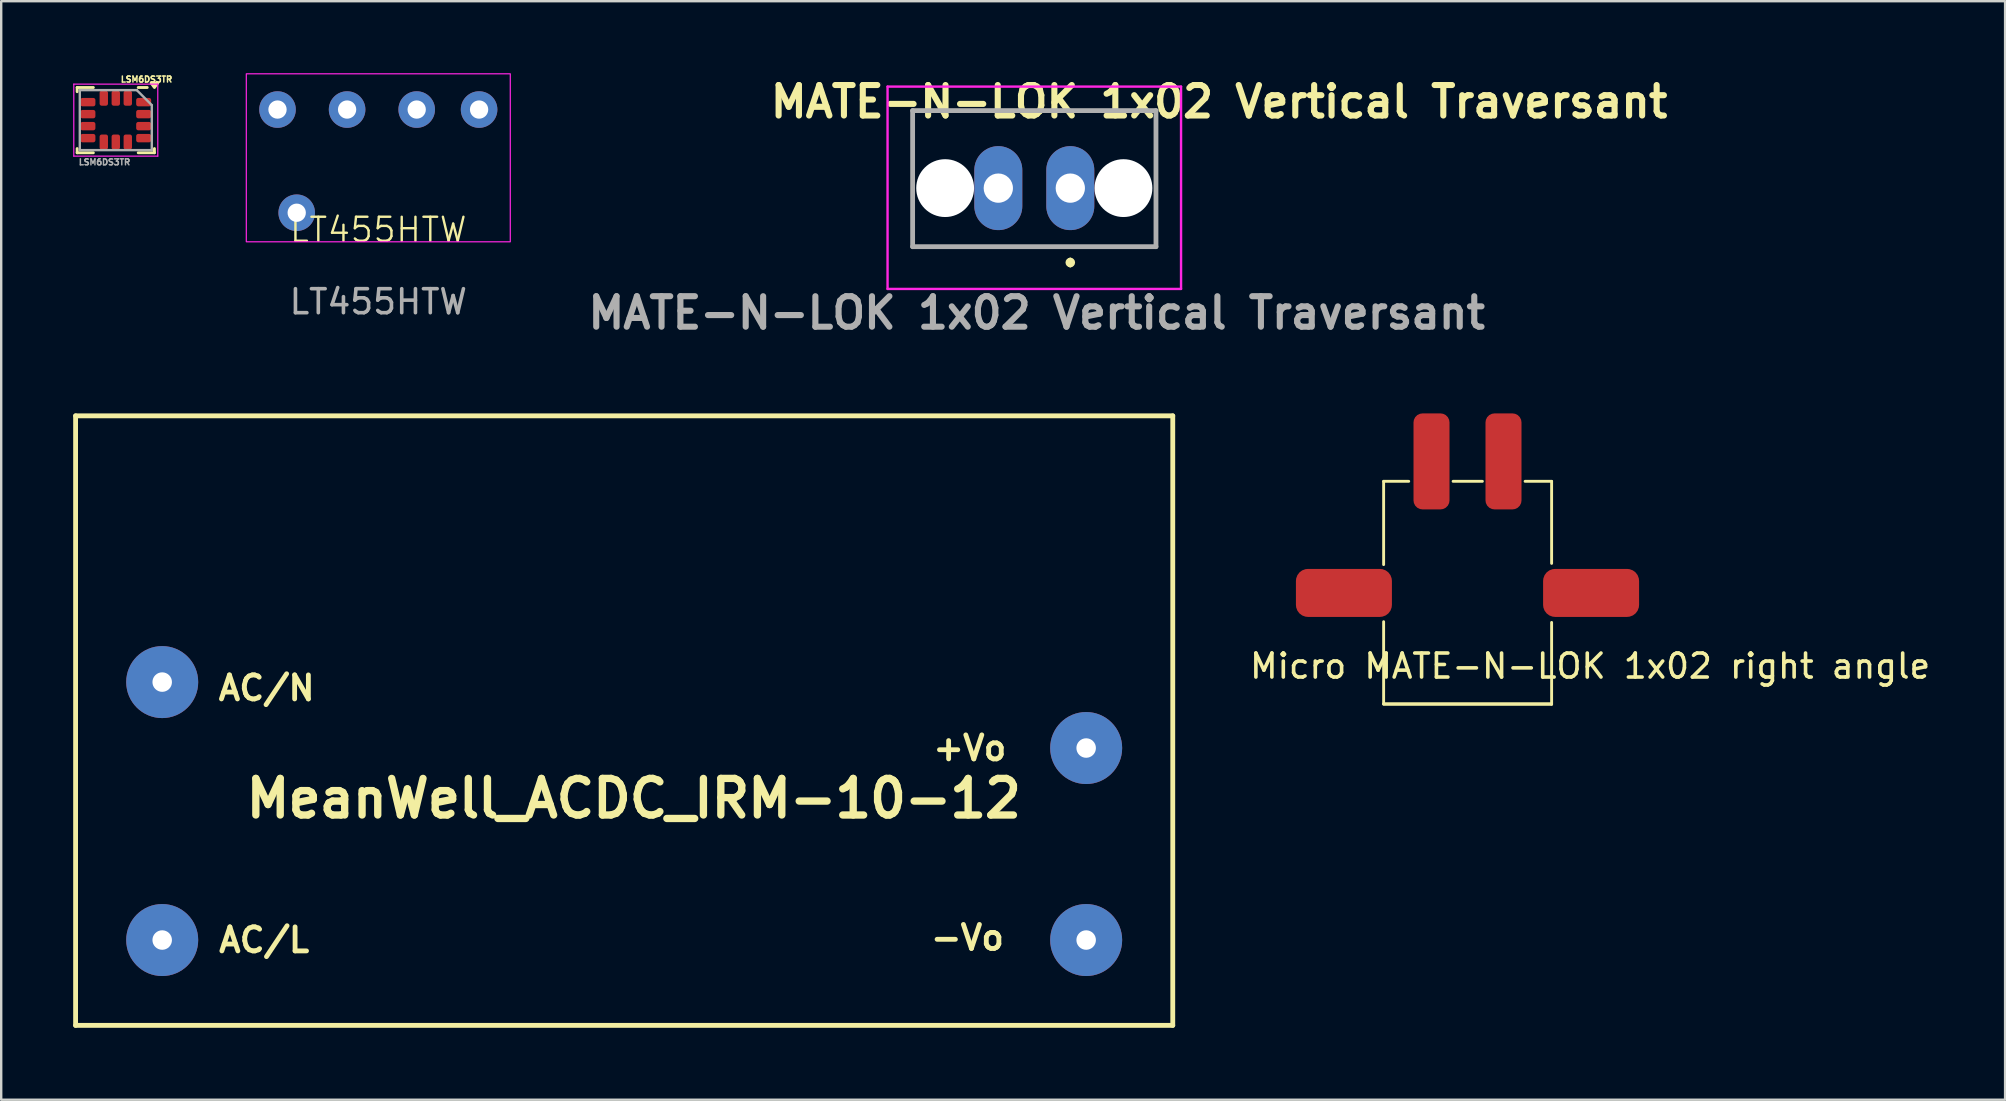
<source format=kicad_pcb>
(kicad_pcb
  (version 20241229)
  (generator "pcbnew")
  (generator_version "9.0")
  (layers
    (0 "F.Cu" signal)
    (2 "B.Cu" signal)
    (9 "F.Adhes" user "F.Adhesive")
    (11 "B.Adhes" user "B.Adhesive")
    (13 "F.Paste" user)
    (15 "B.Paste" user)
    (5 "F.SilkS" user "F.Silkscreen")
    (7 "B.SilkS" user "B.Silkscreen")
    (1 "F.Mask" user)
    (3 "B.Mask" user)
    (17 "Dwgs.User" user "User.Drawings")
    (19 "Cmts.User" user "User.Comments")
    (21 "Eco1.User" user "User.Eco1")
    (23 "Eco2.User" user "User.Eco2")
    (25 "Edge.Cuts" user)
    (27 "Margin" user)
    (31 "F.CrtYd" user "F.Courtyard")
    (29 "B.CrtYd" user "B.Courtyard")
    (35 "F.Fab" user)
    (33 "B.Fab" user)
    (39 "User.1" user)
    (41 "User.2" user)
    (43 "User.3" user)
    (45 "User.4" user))
  (footprint "Micro MATE-N-LOK 1x02 right angle"
    (layer "F.Cu")
    (at 58.102 16.177)
    (property "Reference" "Micro MATE-N-LOK 1x02 right angle" (at 5.11 8.53 0) (unlocked yes) (layer "F.SilkS") (effects (font (size 1 1) (thickness 0.15))))
    (attr smd)
    (fp_line (start -3.495 0.83) (end -3.495 4.3) (stroke (width 0.12) (type solid)) (layer "F.SilkS"))
    (fp_line (start -3.495 0.83) (end -2.45 0.83) (stroke (width 0.12) (type solid)) (layer "F.SilkS"))
    (fp_line (start -3.495 10.1) (end -3.495 6.68) (stroke (width 0.12) (type solid)) (layer "F.SilkS"))
    (fp_line (start -3.495 10.1) (end 3.49 10.1) (stroke (width 0.12) (type solid)) (layer "F.SilkS"))
    (fp_line (start -3.495 10.12) (end 3.505 10.12) (stroke (width 0.12) (type solid)) (layer "F.SilkS"))
    (fp_line (start -0.6 0.83) (end 0.62 0.83) (stroke (width 0.12) (type solid)) (layer "F.SilkS"))
    (fp_line (start 3.505 0.83) (end 2.4 0.83) (stroke (width 0.12) (type solid)) (layer "F.SilkS"))
    (fp_line (start 3.505 0.83) (end 3.505 4.25) (stroke (width 0.12) (type solid)) (layer "F.SilkS"))
    (fp_line (start 3.505 10.12) (end 3.505 6.71) (stroke (width 0.12) (type solid)) (layer "F.SilkS"))
    (pad "" smd roundrect (at -5.15 5.48) (size 4 2) (layers "F.Cu" "F.Mask" "F.Paste") (roundrect_rratio 0.25))
    (pad "" smd roundrect (at 5.15 5.48) (size 4 2) (layers "F.Cu" "F.Mask" "F.Paste") (roundrect_rratio 0.25))
    (pad "1" smd roundrect (at 1.5 0) (size 1.5 4) (layers "F.Cu" "F.Mask" "F.Paste") (roundrect_rratio 0.25))
    (pad "2" smd roundrect (at -1.5 0) (size 1.5 4) (layers "F.Cu" "F.Mask" "F.Paste") (roundrect_rratio 0.25)))
  (footprint "LT455HTW"
    (layer "F.Cu")
    (at 12.714 7.025)
    (property "Reference" "LT455HTW" (at 0 -0.5 0) (unlocked yes) (layer "F.SilkS") (effects (font (size 1 1) (thickness 0.1))))
    (attr through_hole)
    (fp_rect (start -5.5 -7) (end 5.5 0) (stroke (width 0.05) (type default)) (fill no) (layer "F.CrtYd"))
    (fp_text user "${REFERENCE}" (at 0 2.5 0) (unlocked yes) (layer "F.Fab") (effects (font (size 1 1) (thickness 0.15))))
    (pad "1" thru_hole circle (at 4.2 -5.51) (size 1.524 1.524) (drill 0.762) (layers "*.Cu" "*.Mask"))
    (pad "2" thru_hole circle (at -4.2 -5.51) (size 1.524 1.524) (drill 0.762) (layers "*.Cu" "*.Mask"))
    (pad "2" thru_hole circle (at -1.3 -5.51) (size 1.524 1.524) (drill 0.762) (layers "*.Cu" "*.Mask"))
    (pad "2" thru_hole circle (at 1.6 -5.51) (size 1.524 1.524) (drill 0.762) (layers "*.Cu" "*.Mask"))
    (pad "3" thru_hole circle (at -3.4 -1.21) (size 1.524 1.524) (drill 0.762) (layers "*.Cu" "*.Mask")))
  (footprint "MATE-N-LOK 1x02 Vertical Traversant"
    (layer "F.Cu")
    (at 41.55 4.789)
    (property "Reference" "MATE-N-LOK 1x02 Vertical Traversant" (at 6.2 -3.6 0) (layer "F.SilkS") (effects (font (size 1.27 1.27) (thickness 0.254))))
    (attr through_hole)
    (fp_line (start -6.57 -3.23) (end 3.57 -3.23) (stroke (width 0.1) (type solid)) (layer "F.SilkS"))
    (fp_line (start -6.57 2.44) (end 3.57 2.44) (stroke (width 0.1) (type solid)) (layer "F.SilkS"))
    (fp_line (start 0 3) (end 0 3) (stroke (width 0.2) (type solid)) (layer "F.SilkS"))
    (fp_line (start 0 3.2) (end 0 3.2) (stroke (width 0.2) (type solid)) (layer "F.SilkS"))
    (fp_arc (start 0 3) (mid 0.1 3.1) (end 0 3.2) (stroke (width 0.2) (type solid)) (layer "F.SilkS"))
    (fp_arc (start 0 3.2) (mid -0.1 3.1) (end 0 3) (stroke (width 0.2) (type solid)) (layer "F.SilkS"))
    (fp_line (start -7.615 -4.23) (end 4.615 -4.23) (stroke (width 0.1) (type solid)) (layer "F.CrtYd"))
    (fp_line (start -7.615 4.2) (end -7.615 -4.23) (stroke (width 0.1) (type solid)) (layer "F.CrtYd"))
    (fp_line (start 4.615 -4.23) (end 4.615 4.2) (stroke (width 0.1) (type solid)) (layer "F.CrtYd"))
    (fp_line (start 4.615 4.2) (end -7.615 4.2) (stroke (width 0.1) (type solid)) (layer "F.CrtYd"))
    (fp_line (start -6.57 -3.23) (end 3.57 -3.23) (stroke (width 0.2) (type solid)) (layer "F.Fab"))
    (fp_line (start -6.57 2.44) (end -6.57 -3.23) (stroke (width 0.2) (type solid)) (layer "F.Fab"))
    (fp_line (start 3.57 -3.23) (end 3.57 2.44) (stroke (width 0.2) (type solid)) (layer "F.Fab"))
    (fp_line (start 3.57 2.44) (end -6.57 2.44) (stroke (width 0.2) (type solid)) (layer "F.Fab"))
    (fp_text user "${REFERENCE}" (at -1.4 5.2 0) (layer "F.Fab") (effects (font (size 1.27 1.27) (thickness 0.254))))
    (pad "" np_thru_hole circle (at -5.215 0) (size 2.41 2.41) (drill 2.41) (layers "*.Cu" "*.Mask"))
    (pad "" np_thru_hole circle (at 2.215 0) (size 2.41 2.41) (drill 2.41) (layers "*.Cu" "*.Mask"))
    (pad "1" thru_hole oval (at 0 0) (size 2 3.5) (drill 1.22) (layers "*.Cu" "*.Mask"))
    (pad "2" thru_hole oval (at -3 0) (size 2 3.5) (drill 1.22) (layers "*.Cu" "*.Mask")))
  (footprint "LSM6DS3TR"
    (layer "F.Cu")
    (at 1.625 0.256)
    (property "Reference" "LSM6DS3TR" (at 1.43 0 0) (unlocked yes) (layer "F.SilkS") (effects (font (size 0.25 0.25) (thickness 0.062))))
    (attr smd)
    (fp_line (start -1.46 0.34) (end -1.46 0.515) (stroke (width 0.12) (type solid)) (layer "F.SilkS"))
    (fp_line (start -1.46 3.06) (end -1.46 2.885) (stroke (width 0.12) (type solid)) (layer "F.SilkS"))
    (fp_line (start -0.785 0.34) (end -1.46 0.34) (stroke (width 0.12) (type solid)) (layer "F.SilkS"))
    (fp_line (start -0.785 3.06) (end -1.46 3.06) (stroke (width 0.12) (type solid)) (layer "F.SilkS"))
    (fp_line (start 1.085 0.34) (end 1.46 0.34) (stroke (width 0.12) (type solid)) (layer "F.SilkS"))
    (fp_line (start 1.085 3.06) (end 1.76 3.06) (stroke (width 0.12) (type solid)) (layer "F.SilkS"))
    (fp_line (start 1.76 3.06) (end 1.76 2.885) (stroke (width 0.12) (type solid)) (layer "F.SilkS"))
    (fp_poly (pts (xy 1.76 0.34) (xy 1.9 0.15) (xy 1.62 0.15) (xy 1.76 0.34)) (stroke (width 0.12) (type solid)) (fill yes) (layer "F.SilkS"))
    (fp_line (start 0.06 1.57) (end 0.06 1.99) (stroke (width 0.05) (type default)) (layer "Eco1.User"))
    (fp_line (start 0.06 1.57) (end 0.52 1.57) (stroke (width 0.05) (type default)) (layer "Eco1.User"))
    (fp_line (start 0.06 1.99) (end -0.04 1.89) (stroke (width 0.05) (type default)) (layer "Eco1.User"))
    (fp_line (start 0.06 1.99) (end 0.16 1.89) (stroke (width 0.05) (type default)) (layer "Eco1.User"))
    (fp_line (start 0.52 1.57) (end 0.42 1.47) (stroke (width 0.05) (type default)) (layer "Eco1.User"))
    (fp_line (start 0.52 1.57) (end 0.42 1.67) (stroke (width 0.05) (type default)) (layer "Eco1.User"))
    (fp_line (start -1.6 0.2) (end 1.9 0.2) (stroke (width 0.05) (type solid)) (layer "F.CrtYd"))
    (fp_line (start -1.6 3.2) (end -1.6 0.2) (stroke (width 0.05) (type solid)) (layer "F.CrtYd"))
    (fp_line (start 1.9 0.2) (end 1.9 3.2) (stroke (width 0.05) (type solid)) (layer "F.CrtYd"))
    (fp_line (start 1.9 3.2) (end -1.6 3.2) (stroke (width 0.05) (type solid)) (layer "F.CrtYd"))
    (fp_line (start -1.35 0.45) (end -1.35 2.95) (stroke (width 0.1) (type solid)) (layer "F.Fab"))
    (fp_line (start -1.35 2.95) (end 1.65 2.95) (stroke (width 0.1) (type solid)) (layer "F.Fab"))
    (fp_line (start 1.025 0.45) (end -1.35 0.45) (stroke (width 0.1) (type solid)) (layer "F.Fab"))
    (fp_line (start 1.65 1.075) (end 1.025 0.45) (stroke (width 0.1) (type solid)) (layer "F.Fab"))
    (fp_line (start 1.65 2.95) (end 1.65 1.075) (stroke (width 0.1) (type solid)) (layer "F.Fab"))
    (fp_text user "X" (at 0 2.14 0) (unlocked yes) (layer "Eco1.User") (effects (font (size 0.1 0.1) (thickness 0.025)) (justify left bottom)))
    (fp_text user "Z" (at -0.08 1.55 0) (unlocked yes) (layer "Eco1.User") (effects (font (size 0.1 0.1) (thickness 0.025)) (justify left bottom)))
    (fp_text user "Y" (at 0.53 1.63 0) (unlocked yes) (layer "Eco1.User") (effects (font (size 0.1 0.1) (thickness 0.025)) (justify left bottom)))
    (fp_text user "${REFERENCE}" (at -0.32 3.45 0) (unlocked yes) (layer "F.Fab") (effects (font (size 0.25 0.25) (thickness 0.062))))
    (pad "1" smd roundrect (at 1.312 0.95 180) (size 0.625 0.35) (layers "F.Cu" "F.Mask" "F.Paste") (roundrect_rratio 0.25))
    (pad "2" smd roundrect (at 1.312 1.45 180) (size 0.625 0.35) (layers "F.Cu" "F.Mask" "F.Paste") (roundrect_rratio 0.25))
    (pad "3" smd roundrect (at 1.312 1.95 180) (size 0.625 0.35) (layers "F.Cu" "F.Mask" "F.Paste") (roundrect_rratio 0.25))
    (pad "4" smd roundrect (at 1.312 2.45 180) (size 0.625 0.35) (layers "F.Cu" "F.Mask" "F.Paste") (roundrect_rratio 0.25))
    (pad "5" smd roundrect (at 0.65 2.612 180) (size 0.35 0.625) (layers "F.Cu" "F.Mask" "F.Paste") (roundrect_rratio 0.25))
    (pad "6" smd roundrect (at 0.15 2.612 180) (size 0.35 0.625) (layers "F.Cu" "F.Mask" "F.Paste") (roundrect_rratio 0.25))
    (pad "7" smd roundrect (at -0.35 2.612 180) (size 0.35 0.625) (layers "F.Cu" "F.Mask" "F.Paste") (roundrect_rratio 0.25))
    (pad "8" smd roundrect (at -1.012 2.45 180) (size 0.625 0.35) (layers "F.Cu" "F.Mask" "F.Paste") (roundrect_rratio 0.25))
    (pad "9" smd roundrect (at -1.012 1.95 180) (size 0.625 0.35) (layers "F.Cu" "F.Mask" "F.Paste") (roundrect_rratio 0.25))
    (pad "10" smd roundrect (at -1.012 1.45 180) (size 0.625 0.35) (layers "F.Cu" "F.Mask" "F.Paste") (roundrect_rratio 0.25))
    (pad "11" smd roundrect (at -1.012 0.95 180) (size 0.625 0.35) (layers "F.Cu" "F.Mask" "F.Paste") (roundrect_rratio 0.25))
    (pad "12" smd roundrect (at -0.35 0.787 180) (size 0.35 0.625) (layers "F.Cu" "F.Mask" "F.Paste") (roundrect_rratio 0.25))
    (pad "13" smd roundrect (at 0.15 0.787 180) (size 0.35 0.625) (layers "F.Cu" "F.Mask" "F.Paste") (roundrect_rratio 0.25))
    (pad "14" smd roundrect (at 0.65 0.787 180) (size 0.35 0.625) (layers "F.Cu" "F.Mask" "F.Paste") (roundrect_rratio 0.25)))
  (footprint "MeanWell_ACDC_IRM-10-12"
    (layer "F.Cu")
    (at 22.96 36.122)
    (property "Reference" "MeanWell_ACDC_IRM-10-12" (at 0.399 -5.9 0) (layer "F.SilkS") (effects (font (size 1.524 1.524) (thickness 0.305))))
    (attr through_hole)
    (fp_line (start -22.86 -21.844) (end 22.86 -21.844) (stroke (width 0.201) (type solid)) (layer "F.SilkS"))
    (fp_line (start -22.86 3.556) (end -22.86 -21.844) (stroke (width 0.201) (type solid)) (layer "F.SilkS"))
    (fp_line (start 22.86 -21.844) (end 22.86 3.556) (stroke (width 0.201) (type solid)) (layer "F.SilkS"))
    (fp_line (start 22.86 3.556) (end -22.86 3.556) (stroke (width 0.201) (type solid)) (layer "F.SilkS"))
    (fp_text user "-Vo" (at 14.303 -0.102 0) (layer "F.SilkS") (effects (font (size 1.001 1.001) (thickness 0.201))))
    (fp_text user "AC/N" (at -14.9 -10.5 0) (layer "F.SilkS") (effects (font (size 1.001 1.001) (thickness 0.201))))
    (fp_text user "+Vo" (at 14.402 -8.001 0) (layer "F.SilkS") (effects (font (size 1.001 1.001) (thickness 0.201))))
    (fp_text user "AC/L" (at -15.001 0 0) (layer "F.SilkS") (effects (font (size 1.001 1.001) (thickness 0.201))))
    (pad "1" thru_hole circle (at -19.251 0) (size 3 3) (drill 0.813) (layers "*.Cu" "*.Mask"))
    (pad "2" thru_hole circle (at -19.251 -10.749) (size 3 3) (drill 0.813) (layers "*.Cu" "*.Mask"))
    (pad "3" thru_hole circle (at 19.251 -8.001) (size 3 3) (drill 0.813) (layers "*.Cu" "*.Mask"))
    (pad "4" thru_hole circle (at 19.251 0) (size 3 3) (drill 0.813) (layers "*.Cu" "*.Mask")))
  (gr_rect
    (start -3 -3)
    (end 80.504 42.778)
    (stroke (width 0.1) (type default))
    (fill no)
    (layer "Edge.Cuts")))
</source>
